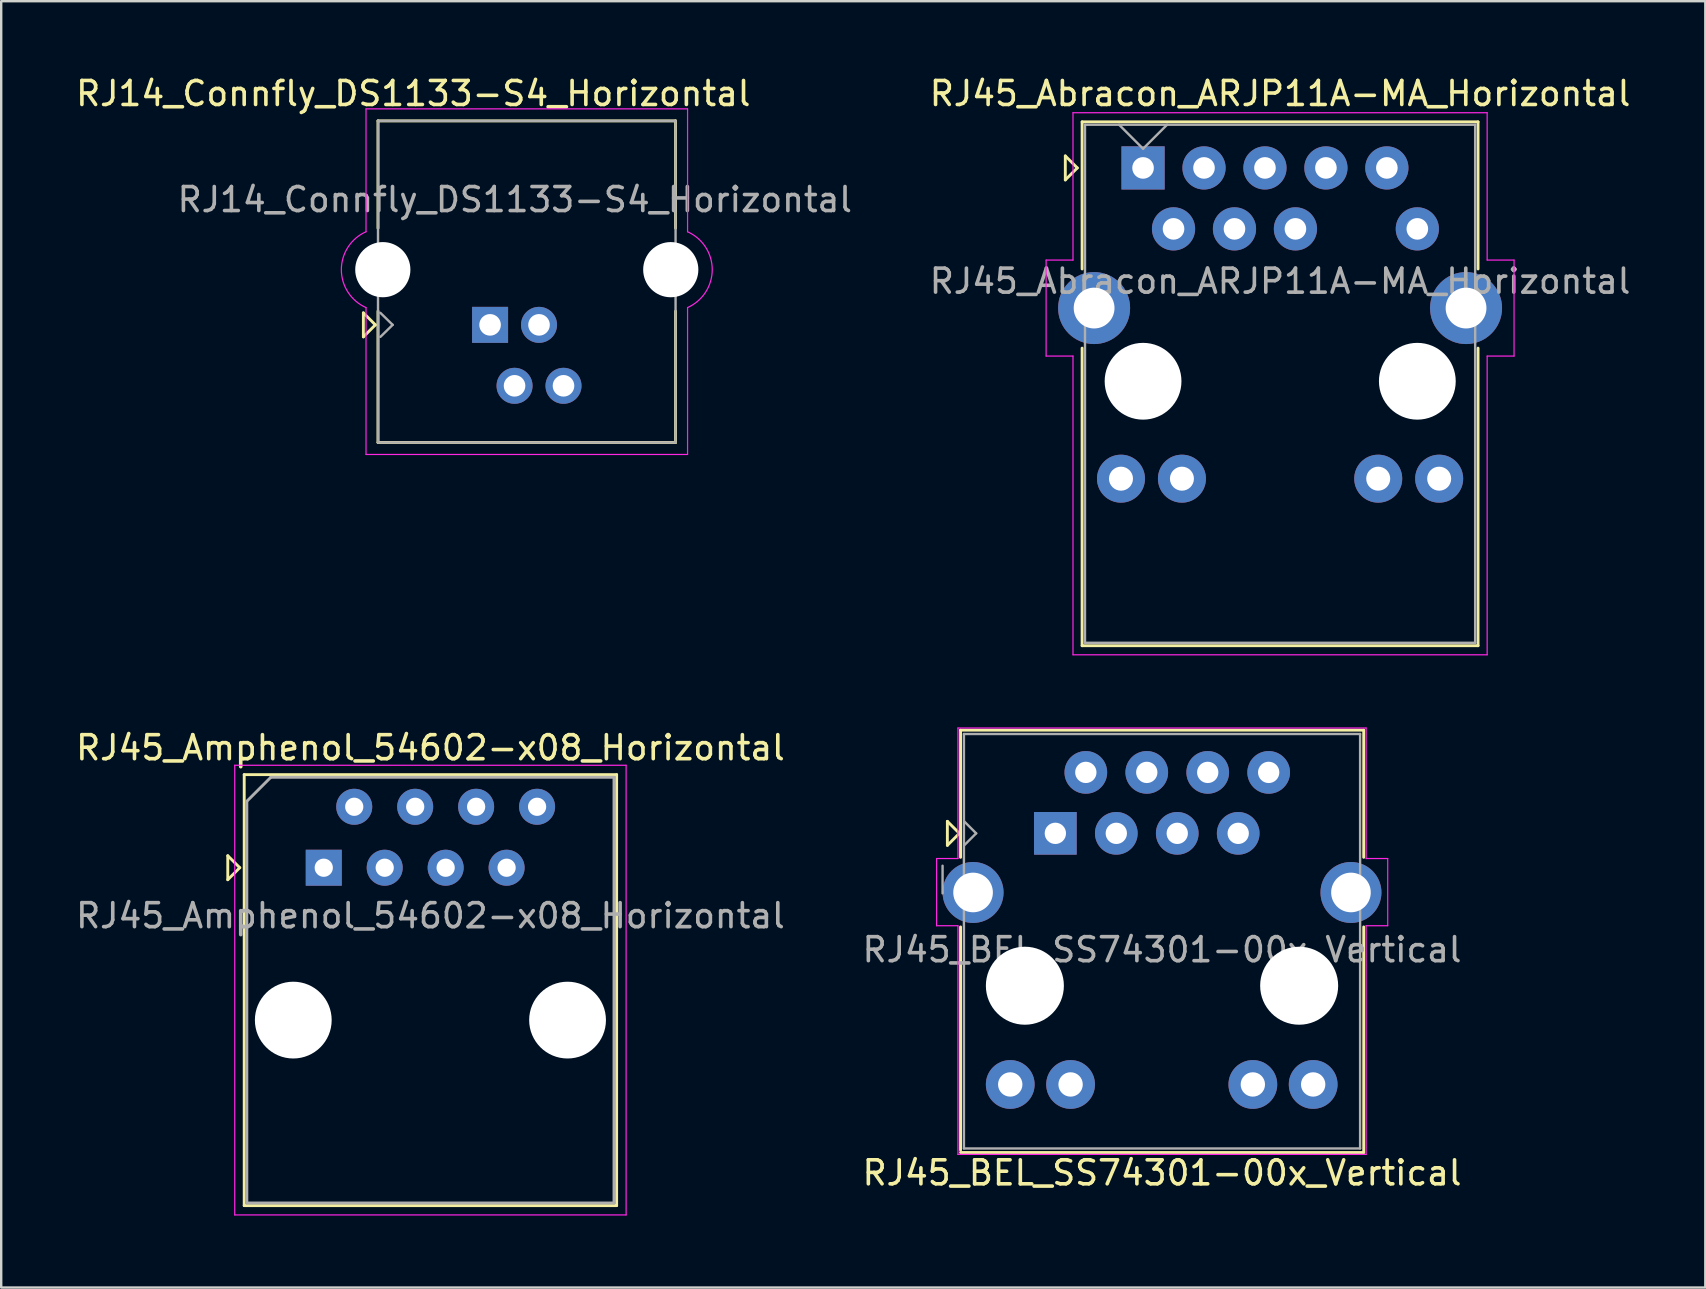
<source format=kicad_pcb>
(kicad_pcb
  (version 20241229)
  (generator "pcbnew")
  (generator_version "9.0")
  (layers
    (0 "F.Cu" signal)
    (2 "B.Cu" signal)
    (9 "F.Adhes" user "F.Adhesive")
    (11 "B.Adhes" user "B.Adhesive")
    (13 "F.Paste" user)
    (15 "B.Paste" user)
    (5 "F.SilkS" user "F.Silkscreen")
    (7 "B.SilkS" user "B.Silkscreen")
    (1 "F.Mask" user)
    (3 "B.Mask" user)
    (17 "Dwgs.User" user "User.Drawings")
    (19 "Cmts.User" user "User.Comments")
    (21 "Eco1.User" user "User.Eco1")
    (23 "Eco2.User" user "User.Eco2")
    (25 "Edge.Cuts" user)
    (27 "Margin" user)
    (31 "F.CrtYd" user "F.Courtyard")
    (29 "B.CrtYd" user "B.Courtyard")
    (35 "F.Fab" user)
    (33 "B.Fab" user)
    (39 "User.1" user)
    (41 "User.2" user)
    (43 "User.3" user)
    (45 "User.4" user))
  (footprint "RJ14_Connfly_DS1133-S4_Horizontal"
    (layer "F.Cu")
    (at 17.373 10.488)
    (property "Reference" "RJ14_Connfly_DS1133-S4_Horizontal" (at -3.2 -9.64 180) (layer "F.SilkS") (effects (font (size 1 1) (thickness 0.15))))
    (attr through_hole)
    (fp_line (start -5.28 -0.5) (end -4.78 0) (stroke (width 0.12) (type solid)) (layer "F.SilkS"))
    (fp_line (start -5.28 0.5) (end -5.28 -0.5) (stroke (width 0.12) (type solid)) (layer "F.SilkS"))
    (fp_line (start -4.78 0) (end -5.28 0.5) (stroke (width 0.12) (type solid)) (layer "F.SilkS"))
    (fp_line (start -4.67 -8.5) (end -4.67 -4.03) (stroke (width 0.12) (type solid)) (layer "F.SilkS"))
    (fp_line (start -4.67 -8.5) (end 7.73 -8.5) (stroke (width 0.12) (type solid)) (layer "F.SilkS"))
    (fp_line (start -4.67 4.9) (end -4.67 -0.57) (stroke (width 0.12) (type solid)) (layer "F.SilkS"))
    (fp_line (start 7.73 -8.5) (end 7.73 -4.03) (stroke (width 0.12) (type solid)) (layer "F.SilkS"))
    (fp_line (start 7.73 -0.57) (end 7.73 4.9) (stroke (width 0.12) (type solid)) (layer "F.SilkS"))
    (fp_line (start 7.73 4.9) (end -4.67 4.9) (stroke (width 0.12) (type solid)) (layer "F.SilkS"))
    (fp_line (start -5.17 -9) (end 8.23 -9) (stroke (width 0.05) (type solid)) (layer "F.CrtYd"))
    (fp_line (start -5.17 -3.88) (end -5.17 -9) (stroke (width 0.05) (type solid)) (layer "F.CrtYd"))
    (fp_line (start -5.17 5.4) (end -5.17 -0.72) (stroke (width 0.05) (type solid)) (layer "F.CrtYd"))
    (fp_line (start 8.23 -9) (end 8.23 -3.88) (stroke (width 0.05) (type solid)) (layer "F.CrtYd"))
    (fp_line (start 8.23 5.4) (end -5.17 5.4) (stroke (width 0.05) (type solid)) (layer "F.CrtYd"))
    (fp_line (start 8.23 5.4) (end 8.23 -0.72) (stroke (width 0.05) (type solid)) (layer "F.CrtYd"))
    (fp_arc (start -5.17 -0.72) (mid -6.19812 -2.3) (end -5.17 -3.88) (stroke (width 0.05) (type solid)) (layer "F.CrtYd"))
    (fp_arc (start 8.23 -3.88) (mid 9.25812 -2.3) (end 8.23 -0.72) (stroke (width 0.05) (type solid)) (layer "F.CrtYd"))
    (fp_line (start -4.67 -8.5) (end 7.73 -8.5) (stroke (width 0.1) (type solid)) (layer "F.Fab"))
    (fp_line (start -4.67 4.9) (end -4.67 -8.5) (stroke (width 0.1) (type solid)) (layer "F.Fab"))
    (fp_line (start -4.57 -0.5) (end -4.06 0) (stroke (width 0.1) (type solid)) (layer "F.Fab"))
    (fp_line (start -4.06 0) (end -4.57 0.5) (stroke (width 0.1) (type solid)) (layer "F.Fab"))
    (fp_line (start 7.73 -8.5) (end 7.73 4.9) (stroke (width 0.1) (type solid)) (layer "F.Fab"))
    (fp_line (start 7.73 4.9) (end -4.67 4.9) (stroke (width 0.1) (type solid)) (layer "F.Fab"))
    (fp_text user "${REFERENCE}" (at 1.03 -5.22 180) (layer "F.Fab") (effects (font (size 1 1) (thickness 0.15))))
    (pad "" np_thru_hole circle (at -4.47 -2.3 180) (size 2.3 2.3) (drill 2.3) (layers "*.Cu" "*.Mask"))
    (pad "" np_thru_hole circle (at 7.53 -2.3 180) (size 2.3 2.3) (drill 2.3) (layers "*.Cu" "*.Mask"))
    (pad "1" thru_hole rect (at 0 0 180) (size 1.5 1.5) (drill 0.9) (layers "*.Cu" "*.Mask"))
    (pad "2" thru_hole circle (at 1.02 2.54 180) (size 1.5 1.5) (drill 0.9) (layers "*.Cu" "*.Mask"))
    (pad "3" thru_hole circle (at 2.04 0 180) (size 1.5 1.5) (drill 0.9) (layers "*.Cu" "*.Mask"))
    (pad "4" thru_hole circle (at 3.06 2.54 180) (size 1.5 1.5) (drill 0.9) (layers "*.Cu" "*.Mask")))
  (footprint "RJ45_Abracon_ARJP11A-MA_Horizontal"
    (layer "F.Cu")
    (at 44.585 3.948)
    (property "Reference" "RJ45_Abracon_ARJP11A-MA_Horizontal" (at 5.71 -3.1 0) (layer "F.SilkS") (effects (font (size 1 1) (thickness 0.15))))
    (attr through_hole)
    (fp_line (start -3.24 -0.5) (end -3.24 0.5) (stroke (width 0.12) (type solid)) (layer "F.SilkS"))
    (fp_line (start -3.24 0.5) (end -2.74 0) (stroke (width 0.12) (type solid)) (layer "F.SilkS"))
    (fp_line (start -2.74 0) (end -3.24 -0.5) (stroke (width 0.12) (type solid)) (layer "F.SilkS"))
    (fp_line (start -2.54 -1.92) (end -2.54 4.21) (stroke (width 0.12) (type solid)) (layer "F.SilkS"))
    (fp_line (start -2.54 -1.92) (end 13.96 -1.92) (stroke (width 0.12) (type solid)) (layer "F.SilkS"))
    (fp_line (start -2.54 7.51) (end -2.54 19.91) (stroke (width 0.12) (type solid)) (layer "F.SilkS"))
    (fp_line (start -2.54 19.91) (end 13.96 19.91) (stroke (width 0.12) (type solid)) (layer "F.SilkS"))
    (fp_line (start 13.96 -1.92) (end 13.96 4.21) (stroke (width 0.12) (type solid)) (layer "F.SilkS"))
    (fp_line (start 13.96 7.51) (end 13.96 19.91) (stroke (width 0.12) (type solid)) (layer "F.SilkS"))
    (fp_line (start -4.04 3.84) (end -4.04 7.84) (stroke (width 0.05) (type solid)) (layer "F.CrtYd"))
    (fp_line (start -4.04 7.84) (end -2.92 7.84) (stroke (width 0.05) (type solid)) (layer "F.CrtYd"))
    (fp_line (start -2.92 -2.3) (end -2.92 3.84) (stroke (width 0.05) (type solid)) (layer "F.CrtYd"))
    (fp_line (start -2.92 -2.3) (end 14.34 -2.3) (stroke (width 0.05) (type solid)) (layer "F.CrtYd"))
    (fp_line (start -2.92 3.84) (end -4.04 3.84) (stroke (width 0.05) (type solid)) (layer "F.CrtYd"))
    (fp_line (start -2.92 7.84) (end -2.92 20.29) (stroke (width 0.05) (type solid)) (layer "F.CrtYd"))
    (fp_line (start -2.92 20.29) (end 14.34 20.29) (stroke (width 0.05) (type solid)) (layer "F.CrtYd"))
    (fp_line (start 14.34 -2.3) (end 14.34 3.84) (stroke (width 0.05) (type solid)) (layer "F.CrtYd"))
    (fp_line (start 14.34 7.84) (end 14.34 20.29) (stroke (width 0.05) (type solid)) (layer "F.CrtYd"))
    (fp_line (start 14.34 7.84) (end 15.46 7.84) (stroke (width 0.05) (type solid)) (layer "F.CrtYd"))
    (fp_line (start 15.46 3.84) (end 14.34 3.84) (stroke (width 0.05) (type solid)) (layer "F.CrtYd"))
    (fp_line (start 15.46 3.84) (end 15.46 7.84) (stroke (width 0.05) (type solid)) (layer "F.CrtYd"))
    (fp_line (start -2.42 -1.8) (end 13.84 -1.8) (stroke (width 0.1) (type solid)) (layer "F.Fab"))
    (fp_line (start -2.42 19.79) (end -2.42 -1.8) (stroke (width 0.1) (type solid)) (layer "F.Fab"))
    (fp_line (start 0 -0.8) (end -1 -1.8) (stroke (width 0.1) (type default)) (layer "F.Fab"))
    (fp_line (start 1 -1.8) (end 0 -0.8) (stroke (width 0.1) (type default)) (layer "F.Fab"))
    (fp_line (start 13.84 -1.8) (end 13.84 19.79) (stroke (width 0.1) (type solid)) (layer "F.Fab"))
    (fp_line (start 13.84 19.79) (end -2.42 19.79) (stroke (width 0.1) (type solid)) (layer "F.Fab"))
    (fp_text user "${REFERENCE}" (at 5.71 4.72 0) (layer "F.Fab") (effects (font (size 1 1) (thickness 0.15))))
    (pad "" np_thru_hole circle (at 0 8.89) (size 3.2 3.2) (drill 3.2) (layers "*.Cu" "*.Mask"))
    (pad "" np_thru_hole circle (at 11.43 8.89) (size 3.2 3.2) (drill 3.2) (layers "*.Cu" "*.Mask"))
    (pad "1" thru_hole rect (at 0 0) (size 1.8 1.8) (drill 0.9) (layers "*.Cu" "*.Mask"))
    (pad "2" thru_hole circle (at 1.27 2.54) (size 1.8 1.8) (drill 0.9) (layers "*.Cu" "*.Mask"))
    (pad "3" thru_hole circle (at 2.54 0) (size 1.8 1.8) (drill 0.9) (layers "*.Cu" "*.Mask"))
    (pad "4" thru_hole circle (at 3.81 2.54) (size 1.8 1.8) (drill 0.9) (layers "*.Cu" "*.Mask"))
    (pad "5" thru_hole circle (at 5.08 0) (size 1.8 1.8) (drill 0.9) (layers "*.Cu" "*.Mask"))
    (pad "6" thru_hole circle (at 6.35 2.54) (size 1.8 1.8) (drill 0.9) (layers "*.Cu" "*.Mask"))
    (pad "7" thru_hole circle (at 7.62 0) (size 1.8 1.8) (drill 0.9) (layers "*.Cu" "*.Mask"))
    (pad "9" thru_hole circle (at 10.16 0) (size 1.8 1.8) (drill 0.9) (layers "*.Cu" "*.Mask"))
    (pad "10" thru_hole circle (at 11.43 2.54) (size 1.8 1.8) (drill 0.9) (layers "*.Cu" "*.Mask"))
    (pad "11" thru_hole circle (at -0.92 12.95) (size 2 2) (drill 1) (layers "*.Cu" "*.Mask"))
    (pad "12" thru_hole circle (at 1.62 12.95) (size 2 2) (drill 1) (layers "*.Cu" "*.Mask"))
    (pad "13" thru_hole circle (at 9.8 12.95) (size 2 2) (drill 1) (layers "*.Cu" "*.Mask"))
    (pad "14" thru_hole circle (at 12.34 12.95) (size 2 2) (drill 1) (layers "*.Cu" "*.Mask"))
    (pad "SH" thru_hole circle (at -2.04 5.84) (size 3 3) (drill 1.7) (layers "*.Cu" "*.Mask"))
    (pad "SH" thru_hole circle (at 13.46 5.84) (size 3 3) (drill 1.7) (layers "*.Cu" "*.Mask")))
  (footprint "RJ45_BEL_SS74301-00x_Vertical"
    (layer "F.Cu")
    (at 40.93 31.678)
    (property "Reference" "RJ45_BEL_SS74301-00x_Vertical" (at 4.445 14.15 0) (layer "F.SilkS") (effects (font (size 1 1) (thickness 0.15))))
    (attr through_hole)
    (fp_line (start -4.5 -0.5) (end -4.5 0.5) (stroke (width 0.12) (type solid)) (layer "F.SilkS"))
    (fp_line (start -4.5 0.5) (end -4 0) (stroke (width 0.12) (type solid)) (layer "F.SilkS"))
    (fp_line (start -4 0) (end -4.5 -0.5) (stroke (width 0.12) (type solid)) (layer "F.SilkS"))
    (fp_line (start -3.95 -4.3) (end -3.95 1) (stroke (width 0.12) (type solid)) (layer "F.SilkS"))
    (fp_line (start -3.95 -4.3) (end 12.85 -4.3) (stroke (width 0.12) (type solid)) (layer "F.SilkS"))
    (fp_line (start -3.95 13.2) (end -3.95 3.9) (stroke (width 0.12) (type solid)) (layer "F.SilkS"))
    (fp_line (start -3.95 13.3) (end 12.85 13.3) (stroke (width 0.12) (type solid)) (layer "F.SilkS"))
    (fp_line (start 12.85 -4.3) (end 12.85 1) (stroke (width 0.12) (type solid)) (layer "F.SilkS"))
    (fp_line (start 12.85 13.3) (end 12.85 3.9) (stroke (width 0.12) (type solid)) (layer "F.SilkS"))
    (fp_line (start -4.95 3.85) (end -4.95 1.05) (stroke (width 0.05) (type solid)) (layer "F.CrtYd"))
    (fp_line (start -4.06 -4.39) (end 12.95 -4.39) (stroke (width 0.05) (type solid)) (layer "F.CrtYd"))
    (fp_line (start -4.06 1.05) (end -4.95 1.05) (stroke (width 0.05) (type solid)) (layer "F.CrtYd"))
    (fp_line (start -4.06 1.05) (end -4.06 -4.39) (stroke (width 0.05) (type solid)) (layer "F.CrtYd"))
    (fp_line (start -4.06 3.85) (end -4.95 3.85) (stroke (width 0.05) (type solid)) (layer "F.CrtYd"))
    (fp_line (start -4.06 13.38) (end -4.06 3.85) (stroke (width 0.05) (type solid)) (layer "F.CrtYd"))
    (fp_line (start 12.95 1.05) (end 12.95 -4.39) (stroke (width 0.05) (type solid)) (layer "F.CrtYd"))
    (fp_line (start 12.95 1.05) (end 13.85 1.05) (stroke (width 0.05) (type solid)) (layer "F.CrtYd"))
    (fp_line (start 12.95 3.85) (end 12.95 13.38) (stroke (width 0.05) (type solid)) (layer "F.CrtYd"))
    (fp_line (start 12.95 3.85) (end 13.85 3.85) (stroke (width 0.05) (type solid)) (layer "F.CrtYd"))
    (fp_line (start 12.95 13.38) (end -4.06 13.38) (stroke (width 0.05) (type solid)) (layer "F.CrtYd"))
    (fp_line (start 13.85 3.85) (end 13.85 1.05) (stroke (width 0.05) (type solid)) (layer "F.CrtYd"))
    (fp_line (start -4.7 2.5) (end -4.7 1.35) (stroke (width 0.1) (type solid)) (layer "F.Fab"))
    (fp_line (start -3.81 -4.14) (end -3.81 13.132) (stroke (width 0.1) (type solid)) (layer "F.Fab"))
    (fp_line (start -3.81 -4.14) (end 12.7 -4.14) (stroke (width 0.1) (type solid)) (layer "F.Fab"))
    (fp_line (start -3.81 13.132) (end 12.7 13.132) (stroke (width 0.1) (type solid)) (layer "F.Fab"))
    (fp_line (start -3.8 -0.5) (end -3.3 0) (stroke (width 0.1) (type solid)) (layer "F.Fab"))
    (fp_line (start -3.8 0.5) (end -3.3 0) (stroke (width 0.1) (type solid)) (layer "F.Fab"))
    (fp_line (start 12.7 -4.14) (end 12.7 13.132) (stroke (width 0.1) (type solid)) (layer "F.Fab"))
    (fp_text user "${REFERENCE}" (at 4.445 4.85 0) (layer "F.Fab") (effects (font (size 1 1) (thickness 0.15))))
    (pad "" np_thru_hole circle (at -1.27 6.35) (size 3.251 3.251) (drill 3.251) (layers "*.Cu" "*.Mask"))
    (pad "" np_thru_hole circle (at 10.16 6.35) (size 3.251 3.251) (drill 3.251) (layers "*.Cu" "*.Mask"))
    (pad "1" thru_hole rect (at 0 0) (size 1.778 1.778) (drill 0.889) (layers "*.Cu" "*.Mask"))
    (pad "2" thru_hole circle (at 1.27 -2.54) (size 1.778 1.778) (drill 0.889) (layers "*.Cu" "*.Mask"))
    (pad "3" thru_hole circle (at 2.54 0) (size 1.778 1.778) (drill 0.889) (layers "*.Cu" "*.Mask"))
    (pad "4" thru_hole circle (at 3.81 -2.54) (size 1.778 1.778) (drill 0.889) (layers "*.Cu" "*.Mask"))
    (pad "5" thru_hole circle (at 5.08 0) (size 1.778 1.778) (drill 0.889) (layers "*.Cu" "*.Mask"))
    (pad "6" thru_hole circle (at 6.35 -2.54) (size 1.778 1.778) (drill 0.889) (layers "*.Cu" "*.Mask"))
    (pad "7" thru_hole circle (at 7.62 0) (size 1.778 1.778) (drill 0.889) (layers "*.Cu" "*.Mask"))
    (pad "8" thru_hole circle (at 8.89 -2.54) (size 1.778 1.778) (drill 0.889) (layers "*.Cu" "*.Mask"))
    (pad "9" thru_hole circle (at 10.744 10.465) (size 2.032 2.032) (drill 1.016) (layers "*.Cu" "*.Mask"))
    (pad "10" thru_hole circle (at 8.23 10.465) (size 2.032 2.032) (drill 1.016) (layers "*.Cu" "*.Mask"))
    (pad "11" thru_hole circle (at 0.635 10.465) (size 2.032 2.032) (drill 1.016) (layers "*.Cu" "*.Mask"))
    (pad "12" thru_hole circle (at -1.88 10.465) (size 2.032 2.032) (drill 1.016) (layers "*.Cu" "*.Mask"))
    (pad "SH" thru_hole circle (at -3.429 2.464) (size 2.54 2.54) (drill 1.651) (layers "*.Cu" "*.Mask"))
    (pad "SH" thru_hole circle (at 12.319 2.464) (size 2.54 2.54) (drill 1.651) (layers "*.Cu" "*.Mask")))
  (footprint "RJ45_Amphenol_54602-x08_Horizontal"
    (layer "F.Cu")
    (at 10.442 33.111)
    (property "Reference" "RJ45_Amphenol_54602-x08_Horizontal" (at 4.445 -5 0) (layer "F.SilkS") (effects (font (size 1 1) (thickness 0.15))))
    (attr through_hole)
    (fp_line (start -4 -0.5) (end -4 0.5) (stroke (width 0.12) (type solid)) (layer "F.SilkS"))
    (fp_line (start -4 0.5) (end -3.5 0) (stroke (width 0.12) (type solid)) (layer "F.SilkS"))
    (fp_line (start -3.5 0) (end -4 -0.5) (stroke (width 0.12) (type solid)) (layer "F.SilkS"))
    (fp_line (start -3.315 -3.88) (end -3.315 14.08) (stroke (width 0.12) (type solid)) (layer "F.SilkS"))
    (fp_line (start -3.315 14.08) (end 12.205 14.08) (stroke (width 0.12) (type solid)) (layer "F.SilkS"))
    (fp_line (start 12.205 -3.88) (end -3.315 -3.88) (stroke (width 0.12) (type solid)) (layer "F.SilkS"))
    (fp_line (start 12.205 -3.88) (end 12.205 14.08) (stroke (width 0.12) (type solid)) (layer "F.SilkS"))
    (fp_line (start -3.71 -4.27) (end -3.71 14.47) (stroke (width 0.05) (type solid)) (layer "F.CrtYd"))
    (fp_line (start -3.71 -4.27) (end 12.6 -4.27) (stroke (width 0.05) (type solid)) (layer "F.CrtYd"))
    (fp_line (start 12.6 14.47) (end -3.71 14.47) (stroke (width 0.05) (type solid)) (layer "F.CrtYd"))
    (fp_line (start 12.6 14.47) (end 12.6 -4.27) (stroke (width 0.05) (type solid)) (layer "F.CrtYd"))
    (fp_line (start -3.205 -2.77) (end -2.205 -3.77) (stroke (width 0.12) (type solid)) (layer "F.Fab"))
    (fp_line (start -3.205 13.97) (end -3.205 -2.77) (stroke (width 0.12) (type solid)) (layer "F.Fab"))
    (fp_line (start -2.205 -3.77) (end 12.095 -3.77) (stroke (width 0.12) (type solid)) (layer "F.Fab"))
    (fp_line (start 12.095 -3.77) (end 12.095 13.97) (stroke (width 0.12) (type solid)) (layer "F.Fab"))
    (fp_line (start 12.095 13.97) (end -3.205 13.97) (stroke (width 0.12) (type solid)) (layer "F.Fab"))
    (fp_text user "${REFERENCE}" (at 4.445 2 0) (layer "F.Fab") (effects (font (size 1 1) (thickness 0.15))))
    (pad "" np_thru_hole circle (at -1.27 6.35) (size 3.2 3.2) (drill 3.2) (layers "*.Cu" "*.Mask"))
    (pad "" np_thru_hole circle (at 10.16 6.35) (size 3.2 3.2) (drill 3.2) (layers "*.Cu" "*.Mask"))
    (pad "1" thru_hole rect (at 0 0) (size 1.5 1.5) (drill 0.76) (layers "*.Cu" "*.Mask"))
    (pad "2" thru_hole circle (at 1.27 -2.54) (size 1.5 1.5) (drill 0.76) (layers "*.Cu" "*.Mask"))
    (pad "3" thru_hole circle (at 2.54 0) (size 1.5 1.5) (drill 0.76) (layers "*.Cu" "*.Mask"))
    (pad "4" thru_hole circle (at 3.81 -2.54) (size 1.5 1.5) (drill 0.76) (layers "*.Cu" "*.Mask"))
    (pad "5" thru_hole circle (at 5.08 0) (size 1.5 1.5) (drill 0.76) (layers "*.Cu" "*.Mask"))
    (pad "6" thru_hole circle (at 6.35 -2.54) (size 1.5 1.5) (drill 0.76) (layers "*.Cu" "*.Mask"))
    (pad "7" thru_hole circle (at 7.62 0) (size 1.5 1.5) (drill 0.76) (layers "*.Cu" "*.Mask"))
    (pad "8" thru_hole circle (at 8.89 -2.54) (size 1.5 1.5) (drill 0.76) (layers "*.Cu" "*.Mask")))
  (gr_rect
    (start -3 -3)
    (end 68.016 50.606)
    (stroke (width 0.1) (type default))
    (fill no)
    (layer "Edge.Cuts")))
</source>
